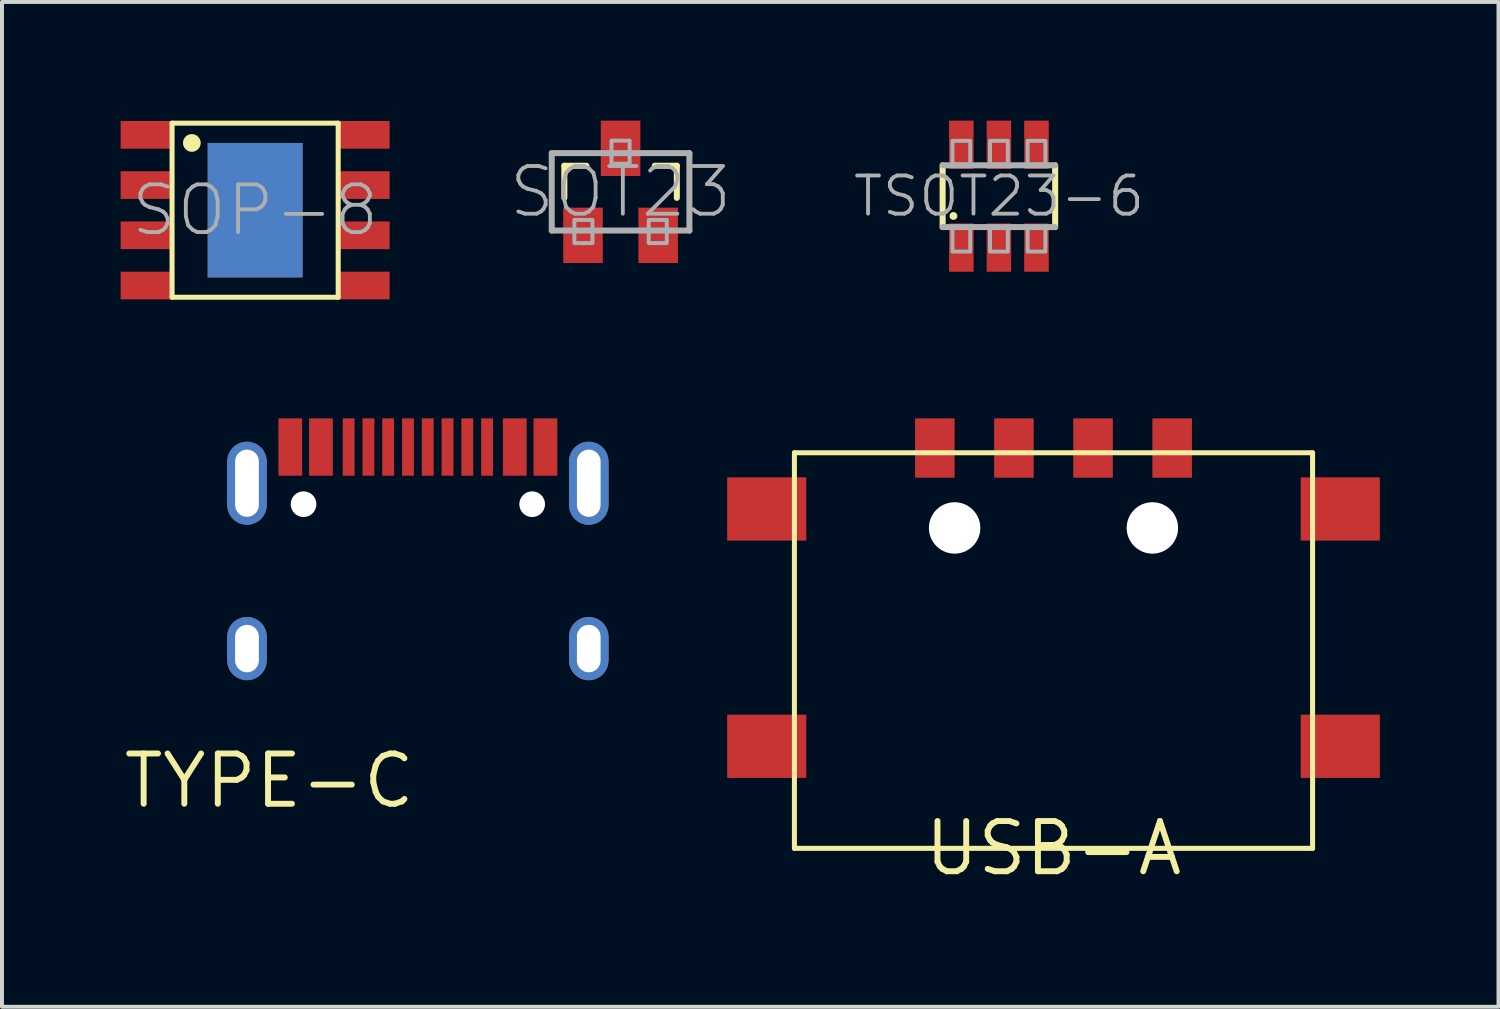
<source format=kicad_pcb>
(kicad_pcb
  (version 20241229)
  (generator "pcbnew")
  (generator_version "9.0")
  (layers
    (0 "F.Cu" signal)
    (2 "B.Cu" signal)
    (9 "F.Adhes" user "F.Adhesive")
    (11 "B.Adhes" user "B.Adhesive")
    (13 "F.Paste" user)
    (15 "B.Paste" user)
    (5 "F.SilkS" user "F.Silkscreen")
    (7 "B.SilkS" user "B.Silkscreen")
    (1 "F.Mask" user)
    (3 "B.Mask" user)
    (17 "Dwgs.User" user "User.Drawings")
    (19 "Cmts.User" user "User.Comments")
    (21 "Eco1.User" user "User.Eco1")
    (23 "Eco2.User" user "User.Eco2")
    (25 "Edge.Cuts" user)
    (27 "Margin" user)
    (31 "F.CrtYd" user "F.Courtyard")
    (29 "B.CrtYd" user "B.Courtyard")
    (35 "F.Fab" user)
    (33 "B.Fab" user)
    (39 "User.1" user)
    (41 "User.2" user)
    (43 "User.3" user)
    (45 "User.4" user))
  (footprint "SOP-8"
    (layer "F.Cu")
    (at 3.4 2.264)
    (property "Reference" "SOP-8" (at 0 0 0) (layer "F.Fab") (effects (font (size 1.206 1.206) (thickness 0.097))))
    (attr through_hole)
    (fp_line (start -2.1 -2.2) (end -2.1 2.2) (stroke (width 0.127) (type solid)) (layer "F.SilkS"))
    (fp_line (start -2.1 2.2) (end 2.1 2.2) (stroke (width 0.127) (type solid)) (layer "F.SilkS"))
    (fp_line (start 2.1 -2.2) (end -2.1 -2.2) (stroke (width 0.127) (type solid)) (layer "F.SilkS"))
    (fp_line (start 2.1 2.2) (end 2.1 -2.2) (stroke (width 0.127) (type solid)) (layer "F.SilkS"))
    (fp_circle (center -1.6 -1.7) (end -1.488 -1.7) (stroke (width 0.224) (type solid)) (fill no) (layer "F.SilkS"))
    (pad "1" smd rect (at -2.75 -1.905) (size 1.3 0.7) (layers "F.Cu" "F.Mask" "F.Paste"))
    (pad "2" smd rect (at -2.75 -0.635) (size 1.3 0.7) (layers "F.Cu" "F.Mask" "F.Paste"))
    (pad "3" smd rect (at -2.75 0.635) (size 1.3 0.7) (layers "F.Cu" "F.Mask" "F.Paste"))
    (pad "4" smd rect (at -2.75 1.905) (size 1.3 0.7) (layers "F.Cu" "F.Mask" "F.Paste"))
    (pad "5" smd rect (at 2.75 1.905) (size 1.3 0.7) (layers "F.Cu" "F.Mask" "F.Paste"))
    (pad "6" smd rect (at 2.75 0.635) (size 1.3 0.7) (layers "F.Cu" "F.Mask" "F.Paste"))
    (pad "7" smd rect (at 2.75 -0.635) (size 1.3 0.7) (layers "F.Cu" "F.Mask" "F.Paste"))
    (pad "8" smd rect (at 2.75 -1.905) (size 1.3 0.7) (layers "F.Cu" "F.Mask" "F.Paste"))
    (pad "PAD" smd rect (at 0 0 180) (size 2.4 3.4) (layers "F.Cu" "F.Mask" "F.Paste"))
    (pad "PAD2" smd rect (at 0 0 180) (size 2.4 3.4) (layers "B.Cu" "B.Mask" "B.Paste")))
  (footprint "SOT23"
    (layer "F.Cu")
    (at 12.639 1.8)
    (property "Reference" "SOT23" (at 0 0 180) (layer "F.Fab") (effects (font (size 1.206 1.206) (thickness 0.097))))
    (attr through_hole)
    (fp_line (start -1.422 -0.66) (end -0.864 -0.66) (stroke (width 0.152) (type solid)) (layer "F.SilkS"))
    (fp_line (start -1.422 0.152) (end -1.422 -0.66) (stroke (width 0.152) (type solid)) (layer "F.SilkS"))
    (fp_line (start 0.864 -0.66) (end 1.422 -0.66) (stroke (width 0.152) (type solid)) (layer "F.SilkS"))
    (fp_line (start 1.422 -0.66) (end 1.422 0.152) (stroke (width 0.152) (type solid)) (layer "F.SilkS"))
    (fp_line (start -1.74 -0.978) (end 1.74 -0.978) (stroke (width 0.152) (type solid)) (layer "F.Fab"))
    (fp_line (start -1.74 0.978) (end -1.74 -0.978) (stroke (width 0.152) (type solid)) (layer "F.Fab"))
    (fp_line (start 1.74 -0.978) (end 1.74 0.978) (stroke (width 0.152) (type solid)) (layer "F.Fab"))
    (fp_line (start 1.74 0.978) (end -1.74 0.978) (stroke (width 0.152) (type solid)) (layer "F.Fab"))
    (fp_poly (pts (xy -1.168 1.295) (xy -0.711 1.295) (xy -0.711 0.711) (xy -1.168 0.711)) (stroke (width 0.1) (type solid)) (fill no) (layer "F.Fab"))
    (fp_poly (pts (xy -0.229 -0.711) (xy 0.229 -0.711) (xy 0.229 -1.295) (xy -0.229 -1.295)) (stroke (width 0.1) (type solid)) (fill no) (layer "F.Fab"))
    (fp_poly (pts (xy 0.711 1.295) (xy 1.168 1.295) (xy 1.168 0.711) (xy 0.711 0.711)) (stroke (width 0.1) (type solid)) (fill no) (layer "F.Fab"))
    (pad "1" smd rect (at -0.95 1.1) (size 1 1.4) (layers "F.Cu" "F.Mask" "F.Paste"))
    (pad "2" smd rect (at 0.95 1.1) (size 1 1.4) (layers "F.Cu" "F.Mask" "F.Paste"))
    (pad "3" smd rect (at 0 -1.1) (size 1 1.4) (layers "F.Cu" "F.Mask" "F.Paste")))
  (footprint "USB-A"
    (layer "F.Cu")
    (at 23.584 18.397)
    (property "Reference" "USB-A" (at 0 0 0) (layer "F.SilkS") (effects (font (size 1.27 1.27) (thickness 0.15))))
    (attr through_hole)
    (fp_line (start -6.55 -10) (end 6.55 -10) (stroke (width 0.127) (type solid)) (layer "F.SilkS"))
    (fp_line (start -6.55 0) (end -6.55 -10) (stroke (width 0.127) (type solid)) (layer "F.SilkS"))
    (fp_line (start 6.55 -10) (end 6.55 0) (stroke (width 0.127) (type solid)) (layer "F.SilkS"))
    (fp_line (start 6.55 0) (end -6.55 0) (stroke (width 0.127) (type solid)) (layer "F.SilkS"))
    (pad "" np_thru_hole circle (at -2.5 -8.1) (size 1.3 1.3) (drill 1.3) (layers "*.Cu" "*.Mask"))
    (pad "" np_thru_hole circle (at 2.5 -8.1) (size 1.3 1.3) (drill 1.3) (layers "*.Cu" "*.Mask"))
    (pad "D+" smd rect (at 1 -10.12 90) (size 1.5 1) (layers "F.Cu" "F.Mask" "F.Paste"))
    (pad "D-" smd rect (at -1 -10.12 90) (size 1.5 1) (layers "F.Cu" "F.Mask" "F.Paste"))
    (pad "GND" smd rect (at 3 -10.12 90) (size 1.5 1) (layers "F.Cu" "F.Mask" "F.Paste"))
    (pad "S1" smd rect (at -7.25 -8.58 90) (size 1.6 2) (layers "F.Cu" "F.Mask" "F.Paste"))
    (pad "S2" smd rect (at -7.25 -2.58 90) (size 1.6 2) (layers "F.Cu" "F.Mask" "F.Paste"))
    (pad "S3" smd rect (at 7.25 -8.58 90) (size 1.6 2) (layers "F.Cu" "F.Mask" "F.Paste"))
    (pad "S4" smd rect (at 7.25 -2.58 90) (size 1.6 2) (layers "F.Cu" "F.Mask" "F.Paste"))
    (pad "VBUS" smd rect (at -3 -10.12 90) (size 1.5 1) (layers "F.Cu" "F.Mask" "F.Paste")))
  (footprint "TYPE-C"
    (layer "F.Cu")
    (at 7.514 15.947)
    (property "Reference" "TYPE-C" (at 0 0 0) (layer "F.SilkS") (effects (font (size 1.27 1.27) (thickness 0.15)) (justify right top)))
    (attr through_hole)
    (fp_line (start -4.32 -7.29) (end -4.31 -7.29) (stroke (width 0.12) (type solid)) (layer "F.SilkS"))
    (pad "" np_thru_hole circle (at -2.89 -6.25) (size 0.65 0.65) (drill 0.65) (layers "*.Cu" "*.Mask"))
    (pad "" np_thru_hole circle (at 2.89 -6.25) (size 0.65 0.65) (drill 0.65) (layers "*.Cu" "*.Mask"))
    (pad "A1/B12" smd rect (at -3.225 -7.695 90) (size 1.45 0.6) (layers "F.Cu" "F.Mask" "F.Paste"))
    (pad "A4/B9" smd rect (at -2.45 -7.695 90) (size 1.45 0.6) (layers "F.Cu" "F.Mask" "F.Paste"))
    (pad "A5" smd rect (at -1.25 -7.695 90) (size 1.45 0.3) (layers "F.Cu" "F.Mask" "F.Paste"))
    (pad "A6" smd rect (at -0.25 -7.695 90) (size 1.45 0.3) (layers "F.Cu" "F.Mask" "F.Paste"))
    (pad "A7" smd rect (at 0.25 -7.695 90) (size 1.45 0.3) (layers "F.Cu" "F.Mask" "F.Paste"))
    (pad "A8" smd rect (at 1.25 -7.695 90) (size 1.45 0.3) (layers "F.Cu" "F.Mask" "F.Paste"))
    (pad "B1/A12" smd rect (at 3.225 -7.695 90) (size 1.45 0.6) (layers "F.Cu" "F.Mask" "F.Paste"))
    (pad "B4/A9" smd rect (at 2.45 -7.695 90) (size 1.45 0.6) (layers "F.Cu" "F.Mask" "F.Paste"))
    (pad "B5" smd rect (at 1.75 -7.695 90) (size 1.45 0.3) (layers "F.Cu" "F.Mask" "F.Paste"))
    (pad "B6" smd rect (at 0.75 -7.695 90) (size 1.45 0.3) (layers "F.Cu" "F.Mask" "F.Paste"))
    (pad "B7" smd rect (at -0.75 -7.695 90) (size 1.45 0.3) (layers "F.Cu" "F.Mask" "F.Paste"))
    (pad "B8" smd rect (at -1.75 -7.695 90) (size 1.45 0.3) (layers "F.Cu" "F.Mask" "F.Paste"))
    (pad "P$1" thru_hole circle (at -4.32 -6.23) (size 1 1) (drill 0.6) (layers "*.Cu" "*.Mask"))
    (pad "P$2" thru_hole circle (at -4.32 -6.53) (size 1 1) (drill 0.6) (layers "*.Cu" "*.Mask"))
    (pad "P$3" thru_hole circle (at -4.32 -6.63) (size 1 1) (drill 0.6) (layers "*.Cu" "*.Mask"))
    (pad "P$4" thru_hole circle (at -4.32 -6.73) (size 1 1) (drill 0.6) (layers "*.Cu" "*.Mask"))
    (pad "P$5" thru_hole circle (at -4.32 -6.33) (size 1 1) (drill 0.6) (layers "*.Cu" "*.Mask"))
    (pad "P$6" thru_hole circle (at -4.32 -7.23) (size 1 1) (drill 0.6) (layers "*.Cu" "*.Mask"))
    (pad "P$7" thru_hole circle (at 4.32 -6.83) (size 1 1) (drill 0.6) (layers "*.Cu" "*.Mask"))
    (pad "P$8" thru_hole circle (at 4.32 -6.23) (size 1 1) (drill 0.6) (layers "*.Cu" "*.Mask"))
    (pad "P$9" thru_hole circle (at 4.32 -6.53) (size 1 1) (drill 0.6) (layers "*.Cu" "*.Mask"))
    (pad "P$10" thru_hole circle (at 4.32 -6.63) (size 1 1) (drill 0.6) (layers "*.Cu" "*.Mask"))
    (pad "P$11" thru_hole circle (at -4.32 -7.13) (size 1 1) (drill 0.6) (layers "*.Cu" "*.Mask"))
    (pad "P$12" thru_hole circle (at -4.32 -6.43) (size 1 1) (drill 0.6) (layers "*.Cu" "*.Mask"))
    (pad "P$13" thru_hole circle (at -4.32 -6.83) (size 1 1) (drill 0.6) (layers "*.Cu" "*.Mask"))
    (pad "P$14" thru_hole circle (at 4.32 -6.73) (size 1 1) (drill 0.6) (layers "*.Cu" "*.Mask"))
    (pad "P$15" thru_hole circle (at 4.32 -6.33) (size 1 1) (drill 0.6) (layers "*.Cu" "*.Mask"))
    (pad "P$16" thru_hole circle (at 4.32 -7.23) (size 1 1) (drill 0.6) (layers "*.Cu" "*.Mask"))
    (pad "P$17" thru_hole circle (at 4.32 -6.43) (size 1 1) (drill 0.6) (layers "*.Cu" "*.Mask"))
    (pad "P$18" thru_hole circle (at 4.32 -7.13) (size 1 1) (drill 0.6) (layers "*.Cu" "*.Mask"))
    (pad "P$19" thru_hole circle (at 4.32 -7.33) (size 1 1) (drill 0.6) (layers "*.Cu" "*.Mask"))
    (pad "P$20" thru_hole circle (at 4.32 -2.9) (size 1 1) (drill 0.6) (layers "*.Cu" "*.Mask"))
    (pad "P$21" thru_hole circle (at 4.32 -2.3) (size 1 1) (drill 0.6) (layers "*.Cu" "*.Mask"))
    (pad "P$22" thru_hole circle (at 4.32 -2.6) (size 1 1) (drill 0.6) (layers "*.Cu" "*.Mask"))
    (pad "P$23" thru_hole circle (at 4.32 -2.7) (size 1 1) (drill 0.6) (layers "*.Cu" "*.Mask"))
    (pad "P$24" thru_hole circle (at 4.32 -2.8) (size 1 1) (drill 0.6) (layers "*.Cu" "*.Mask"))
    (pad "P$25" thru_hole circle (at 4.32 -2.4) (size 1 1) (drill 0.6) (layers "*.Cu" "*.Mask"))
    (pad "P$26" thru_hole circle (at 4.32 -2.5) (size 1 1) (drill 0.6) (layers "*.Cu" "*.Mask"))
    (pad "P$27" thru_hole circle (at -4.32 -2.9) (size 1 1) (drill 0.6) (layers "*.Cu" "*.Mask"))
    (pad "P$28" thru_hole circle (at -4.32 -2.3) (size 1 1) (drill 0.6) (layers "*.Cu" "*.Mask"))
    (pad "P$29" thru_hole circle (at -4.32 -2.6) (size 1 1) (drill 0.6) (layers "*.Cu" "*.Mask"))
    (pad "P$30" thru_hole circle (at -4.32 -2.7) (size 1 1) (drill 0.6) (layers "*.Cu" "*.Mask"))
    (pad "P$31" thru_hole circle (at -4.32 -2.8) (size 1 1) (drill 0.6) (layers "*.Cu" "*.Mask"))
    (pad "P$32" thru_hole circle (at -4.32 -2.4) (size 1 1) (drill 0.6) (layers "*.Cu" "*.Mask"))
    (pad "P$33" thru_hole circle (at -4.32 -2.5) (size 1 1) (drill 0.6) (layers "*.Cu" "*.Mask"))
    (pad "P$34" thru_hole circle (at 4.32 -7.03) (size 1 1) (drill 0.6) (layers "*.Cu" "*.Mask"))
    (pad "P$35" thru_hole circle (at 4.32 -6.93) (size 1 1) (drill 0.6) (layers "*.Cu" "*.Mask"))
    (pad "P$36" thru_hole circle (at -4.32 -7.33) (size 1 1) (drill 0.6) (layers "*.Cu" "*.Mask"))
    (pad "P$37" thru_hole circle (at -4.32 -7.03) (size 1 1) (drill 0.6) (layers "*.Cu" "*.Mask"))
    (pad "P$38" thru_hole circle (at -4.32 -6.93) (size 1 1) (drill 0.6) (layers "*.Cu" "*.Mask")))
  (footprint "TSOT23-6"
    (layer "F.Cu")
    (at 22.204 1.91)
    (property "Reference" "TSOT23-6" (at 0 0 180) (layer "F.Fab") (effects (font (size 0.965 0.965) (thickness 0.097))))
    (attr through_hole)
    (fp_line (start -1.423 0.781) (end -1.423 -0.781) (stroke (width 0.152) (type solid)) (layer "F.SilkS"))
    (fp_line (start 1.422 -0.781) (end 1.422 0.781) (stroke (width 0.152) (type solid)) (layer "F.SilkS"))
    (fp_circle (center -1.15 0.5) (end -1.1 0.5) (stroke (width 0.1) (type solid)) (fill no) (layer "F.SilkS"))
    (fp_line (start -1.423 -0.781) (end 1.422 -0.781) (stroke (width 0.152) (type solid)) (layer "F.Fab"))
    (fp_line (start 1.422 0.781) (end -1.423 0.781) (stroke (width 0.152) (type solid)) (layer "F.Fab"))
    (fp_poly (pts (xy -1.175 -0.8) (xy -0.725 -0.8) (xy -0.725 -1.4) (xy -1.175 -1.4)) (stroke (width 0.1) (type solid)) (fill no) (layer "F.Fab"))
    (fp_poly (pts (xy -1.175 1.4) (xy -0.725 1.4) (xy -0.725 0.8) (xy -1.175 0.8)) (stroke (width 0.1) (type solid)) (fill no) (layer "F.Fab"))
    (fp_poly (pts (xy -0.225 -0.8) (xy 0.225 -0.8) (xy 0.225 -1.4) (xy -0.225 -1.4)) (stroke (width 0.1) (type solid)) (fill no) (layer "F.Fab"))
    (fp_poly (pts (xy -0.225 1.4) (xy 0.225 1.4) (xy 0.225 0.8) (xy -0.225 0.8)) (stroke (width 0.1) (type solid)) (fill no) (layer "F.Fab"))
    (fp_poly (pts (xy 0.725 -0.8) (xy 1.175 -0.8) (xy 1.175 -1.4) (xy 0.725 -1.4)) (stroke (width 0.1) (type solid)) (fill no) (layer "F.Fab"))
    (fp_poly (pts (xy 0.725 1.4) (xy 1.175 1.4) (xy 1.175 0.8) (xy 0.725 0.8)) (stroke (width 0.1) (type solid)) (fill no) (layer "F.Fab"))
    (pad "1" smd rect (at -0.95 1.3) (size 0.62 1.22) (layers "F.Cu" "F.Mask" "F.Paste"))
    (pad "2" smd rect (at 0 1.3) (size 0.62 1.22) (layers "F.Cu" "F.Mask" "F.Paste"))
    (pad "3" smd rect (at 0.95 1.3) (size 0.62 1.22) (layers "F.Cu" "F.Mask" "F.Paste"))
    (pad "4" smd rect (at 0.95 -1.3) (size 0.62 1.22) (layers "F.Cu" "F.Mask" "F.Paste"))
    (pad "5" smd rect (at 0 -1.3) (size 0.62 1.22) (layers "F.Cu" "F.Mask" "F.Paste"))
    (pad "6" smd rect (at -0.95 -1.3) (size 0.62 1.22) (layers "F.Cu" "F.Mask" "F.Paste")))
  (gr_rect
    (start -3 -3)
    (end 34.834 22.403)
    (stroke (width 0.1) (type default))
    (fill no)
    (layer "Edge.Cuts")))
</source>
